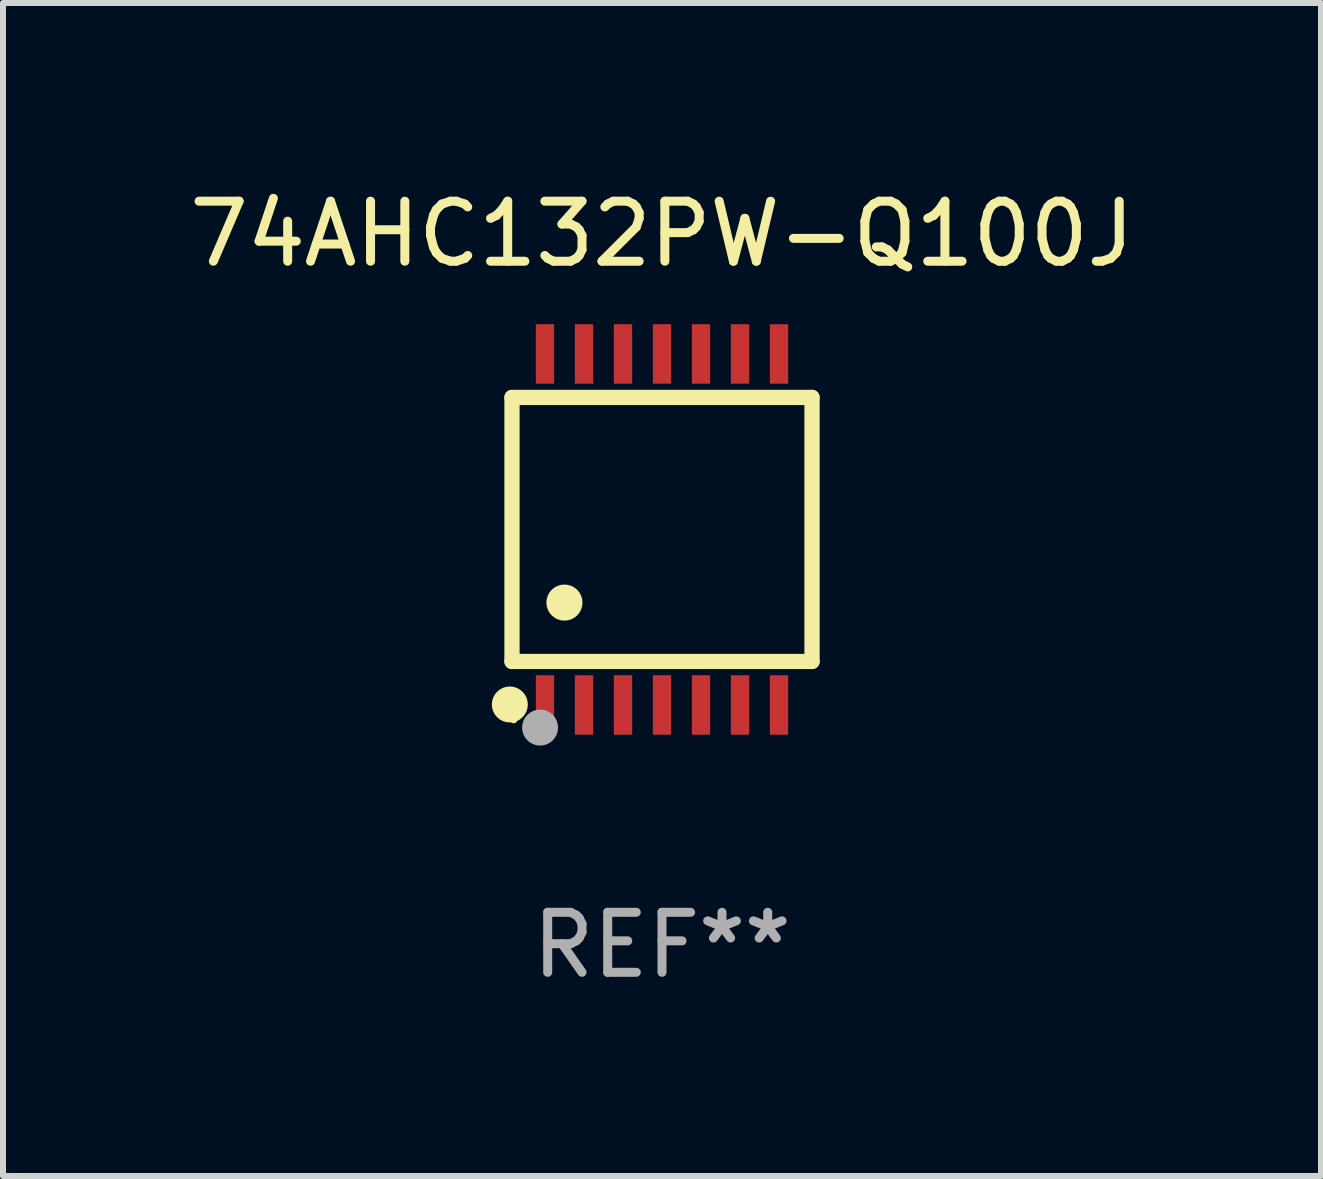
<source format=kicad_pcb>
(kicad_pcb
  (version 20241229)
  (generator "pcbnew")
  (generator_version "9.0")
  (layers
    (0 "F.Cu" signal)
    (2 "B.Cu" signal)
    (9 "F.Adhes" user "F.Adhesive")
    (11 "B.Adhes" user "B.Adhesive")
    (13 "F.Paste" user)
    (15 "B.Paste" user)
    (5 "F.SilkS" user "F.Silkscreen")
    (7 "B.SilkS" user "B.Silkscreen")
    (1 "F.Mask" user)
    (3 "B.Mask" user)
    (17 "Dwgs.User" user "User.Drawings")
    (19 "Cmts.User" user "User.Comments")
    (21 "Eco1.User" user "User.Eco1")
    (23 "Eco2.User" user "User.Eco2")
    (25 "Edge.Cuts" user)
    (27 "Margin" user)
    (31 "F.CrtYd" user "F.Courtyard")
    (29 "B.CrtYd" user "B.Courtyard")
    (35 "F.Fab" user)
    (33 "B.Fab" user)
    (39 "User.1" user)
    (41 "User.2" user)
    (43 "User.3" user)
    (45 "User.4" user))
  (footprint "74AHC132PW-Q100J"
    (layer "F.Cu")
    (at 7.982 5.773)
    (property "Reference" "74AHC132PW-Q100J" (at 0 -4.925 0) (layer "F.SilkS") (effects (font (size 1 1) (thickness 0.15))))
    (attr through_hole)
    (fp_line (start -2.5 2.2) (end -2.5 -2.2) (stroke (width 0.254) (type solid)) (layer "F.SilkS"))
    (fp_line (start -2.5 2.2) (end 2.5 2.2) (stroke (width 0.254) (type solid)) (layer "F.SilkS"))
    (fp_line (start 2.5 -2.2) (end -2.5 -2.2) (stroke (width 0.254) (type solid)) (layer "F.SilkS"))
    (fp_line (start 2.5 -2.2) (end 2.5 2.2) (stroke (width 0.254) (type solid)) (layer "F.SilkS"))
    (fp_circle (center -2.536 2.917) (end -2.386 2.917) (stroke (width 0.3) (type solid)) (fill no) (layer "F.SilkS"))
    (fp_circle (center -2.47 3.17) (end -2.44 3.17) (stroke (width 0.06) (type solid)) (fill no) (layer "F.SilkS"))
    (fp_circle (center -1.626 1.219) (end -1.475 1.219) (stroke (width 0.3) (type solid)) (fill no) (layer "F.SilkS"))
    (fp_circle (center -2.032 3.302) (end -1.882 3.302) (stroke (width 0.3) (type solid)) (fill no) (layer "F.Fab"))
    (fp_text user "REF**" (at 0 6.925 0) (layer "F.Fab") (effects (font (size 1 1) (thickness 0.15))))
    (pad "1" smd rect (at -1.95 2.925) (size 0.305 0.991) (layers "F.Cu" "F.Mask" "F.Paste"))
    (pad "2" smd rect (at -1.3 2.925) (size 0.305 0.991) (layers "F.Cu" "F.Mask" "F.Paste"))
    (pad "3" smd rect (at -0.65 2.925) (size 0.305 0.991) (layers "F.Cu" "F.Mask" "F.Paste"))
    (pad "4" smd rect (at 0 2.925) (size 0.305 0.991) (layers "F.Cu" "F.Mask" "F.Paste"))
    (pad "5" smd rect (at 0.65 2.925) (size 0.305 0.991) (layers "F.Cu" "F.Mask" "F.Paste"))
    (pad "6" smd rect (at 1.3 2.925) (size 0.305 0.991) (layers "F.Cu" "F.Mask" "F.Paste"))
    (pad "7" smd rect (at 1.95 2.925) (size 0.305 0.991) (layers "F.Cu" "F.Mask" "F.Paste"))
    (pad "8" smd rect (at 1.95 -2.925) (size 0.305 0.991) (layers "F.Cu" "F.Mask" "F.Paste"))
    (pad "9" smd rect (at 1.3 -2.925) (size 0.305 0.991) (layers "F.Cu" "F.Mask" "F.Paste"))
    (pad "10" smd rect (at 0.65 -2.925) (size 0.305 0.991) (layers "F.Cu" "F.Mask" "F.Paste"))
    (pad "11" smd rect (at 0 -2.925) (size 0.305 0.991) (layers "F.Cu" "F.Mask" "F.Paste"))
    (pad "12" smd rect (at -0.65 -2.925) (size 0.305 0.991) (layers "F.Cu" "F.Mask" "F.Paste"))
    (pad "13" smd rect (at -1.3 -2.925) (size 0.305 0.991) (layers "F.Cu" "F.Mask" "F.Paste"))
    (pad "14" smd rect (at -1.95 -2.925) (size 0.305 0.991) (layers "F.Cu" "F.Mask" "F.Paste")))
  (gr_rect
    (start -3 -3)
    (end 18.964 16.547)
    (stroke (width 0.1) (type default))
    (fill no)
    (layer "Edge.Cuts")))
</source>
